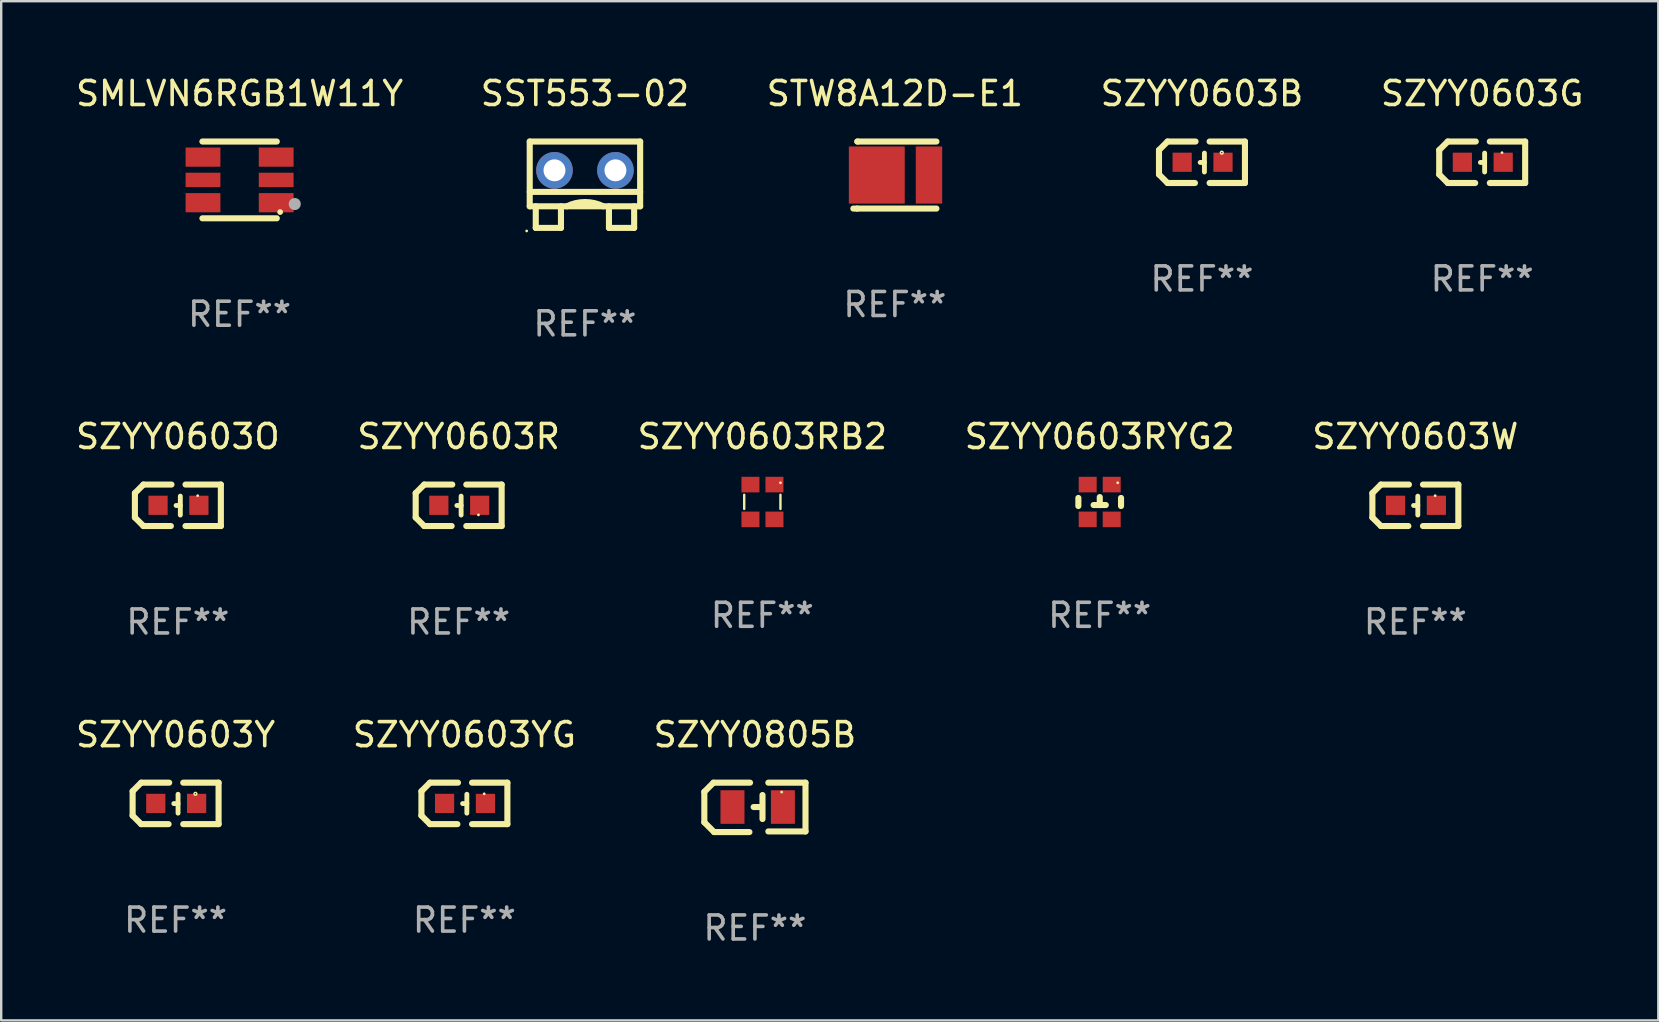
<source format=kicad_pcb>
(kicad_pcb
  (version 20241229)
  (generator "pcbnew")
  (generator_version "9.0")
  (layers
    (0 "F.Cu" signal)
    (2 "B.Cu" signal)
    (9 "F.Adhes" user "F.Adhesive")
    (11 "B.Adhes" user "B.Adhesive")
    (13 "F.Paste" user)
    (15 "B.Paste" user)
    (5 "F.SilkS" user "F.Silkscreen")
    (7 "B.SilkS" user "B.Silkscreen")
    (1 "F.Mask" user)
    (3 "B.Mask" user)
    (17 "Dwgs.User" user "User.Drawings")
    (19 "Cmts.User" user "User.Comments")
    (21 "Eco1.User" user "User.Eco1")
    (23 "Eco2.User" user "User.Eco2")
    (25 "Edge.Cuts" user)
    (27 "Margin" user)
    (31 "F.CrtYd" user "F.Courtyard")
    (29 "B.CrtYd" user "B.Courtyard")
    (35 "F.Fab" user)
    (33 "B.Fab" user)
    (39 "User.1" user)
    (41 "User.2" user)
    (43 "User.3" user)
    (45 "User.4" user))
  (footprint "SZYY0603RYG2"
    (layer "F.Cu")
    (at 42.78 17.87)
    (property "Reference" "SZYY0603RYG2" (at 0 -2.725 0) (layer "F.SilkS") (effects (font (size 1 1) (thickness 0.15))))
    (attr through_hole)
    (fp_line (start -0.889 -0.169) (end -0.889 0.169) (stroke (width 0.254) (type solid)) (layer "F.SilkS"))
    (fp_line (start -0.254 0.127) (end 0.254 0.127) (stroke (width 0.254) (type solid)) (layer "F.SilkS"))
    (fp_line (start 0.003 0.127) (end 0.003 -0.204) (stroke (width 0.254) (type solid)) (layer "F.SilkS"))
    (fp_line (start 0.889 -0.169) (end 0.889 0.169) (stroke (width 0.254) (type solid)) (layer "F.SilkS"))
    (fp_circle (center 0.75 -0.8) (end 0.78 -0.8) (stroke (width 0.06) (type solid)) (fill no) (layer "F.SilkS"))
    (fp_text user "REF**" (at 0 4.725 0) (layer "F.Fab") (effects (font (size 1 1) (thickness 0.15))))
    (pad "1" smd rect (at 0.5 -0.725) (size 0.75 0.65) (layers "F.Cu" "F.Mask" "F.Paste"))
    (pad "2" smd rect (at 0.5 0.725) (size 0.75 0.65) (layers "F.Cu" "F.Mask" "F.Paste"))
    (pad "3" smd rect (at -0.5 0.725) (size 0.75 0.65) (layers "F.Cu" "F.Mask" "F.Paste"))
    (pad "4" smd rect (at -0.5 -0.725) (size 0.75 0.65) (layers "F.Cu" "F.Mask" "F.Paste")))
  (footprint "SMLVN6RGB1W11Y"
    (layer "F.Cu")
    (at 6.935 4.448)
    (property "Reference" "SMLVN6RGB1W11Y" (at 0 -3.6 0) (layer "F.SilkS") (effects (font (size 1 1) (thickness 0.15))))
    (attr through_hole)
    (fp_line (start -1.55 -1.6) (end 1.55 -1.6) (stroke (width 0.254) (type solid)) (layer "F.SilkS"))
    (fp_line (start -1.55 1.6) (end 1.55 1.6) (stroke (width 0.254) (type solid)) (layer "F.SilkS"))
    (fp_circle (center 1.69 1.34) (end 1.75 1.34) (stroke (width 0.12) (type solid)) (fill no) (layer "F.SilkS"))
    (fp_circle (center 2.299 1.005) (end 2.426 1.005) (stroke (width 0.254) (type solid)) (fill no) (layer "F.Fab"))
    (fp_text user "REF**" (at 0 5.6 0) (layer "F.Fab") (effects (font (size 1 1) (thickness 0.15))))
    (pad "1" smd rect (at 1.525 0.95 90) (size 0.8 1.45) (layers "F.Cu" "F.Mask" "F.Paste"))
    (pad "2" smd rect (at 1.525 0 90) (size 0.6 1.45) (layers "F.Cu" "F.Mask" "F.Paste"))
    (pad "3" smd rect (at 1.525 -0.95 90) (size 0.8 1.45) (layers "F.Cu" "F.Mask" "F.Paste"))
    (pad "4" smd rect (at -1.525 -0.95 90) (size 0.8 1.45) (layers "F.Cu" "F.Mask" "F.Paste"))
    (pad "5" smd rect (at -1.525 0 90) (size 0.6 1.45) (layers "F.Cu" "F.Mask" "F.Paste"))
    (pad "6" smd rect (at -1.525 0.95 90) (size 0.8 1.45) (layers "F.Cu" "F.Mask" "F.Paste")))
  (footprint "SZYY0603Y"
    (layer "F.Cu")
    (at 4.268 30.432)
    (property "Reference" "SZYY0603Y" (at 0 -2.864 0) (layer "F.SilkS") (effects (font (size 1 1) (thickness 0.15))))
    (attr through_hole)
    (fp_line (start -1.791 -0.508) (end -1.435 -0.864) (stroke (width 0.254) (type solid)) (layer "F.SilkS"))
    (fp_line (start -1.791 0.508) (end -1.791 -0.508) (stroke (width 0.254) (type solid)) (layer "F.SilkS"))
    (fp_line (start -1.435 0.864) (end -1.791 0.508) (stroke (width 0.254) (type solid)) (layer "F.SilkS"))
    (fp_line (start -0.292 0.864) (end -1.435 0.864) (stroke (width 0.254) (type solid)) (layer "F.SilkS"))
    (fp_line (start -0.267 -0.864) (end -1.435 -0.864) (stroke (width 0.254) (type solid)) (layer "F.SilkS"))
    (fp_line (start 0.102 0.008) (end -0.074 0.008) (stroke (width 0.203) (type solid)) (layer "F.SilkS"))
    (fp_line (start 0.102 0.406) (end 0.102 -0.381) (stroke (width 0.203) (type solid)) (layer "F.SilkS"))
    (fp_line (start 1.791 -0.864) (end 0.318 -0.864) (stroke (width 0.254) (type solid)) (layer "F.SilkS"))
    (fp_line (start 1.791 0.864) (end 0.318 0.864) (stroke (width 0.254) (type solid)) (layer "F.SilkS"))
    (fp_line (start 1.791 0.864) (end 1.791 -0.864) (stroke (width 0.254) (type solid)) (layer "F.SilkS"))
    (fp_circle (center 0.826 -0.4) (end 0.855 -0.4) (stroke (width 0.06) (type solid)) (fill no) (layer "F.SilkS"))
    (fp_text user "REF**" (at 0 4.864 0) (layer "F.Fab") (effects (font (size 1 1) (thickness 0.15))))
    (pad "1" smd rect (at 0.876 0.000127 90) (size 0.8 0.8) (layers "F.Cu" "F.Mask" "F.Paste"))
    (pad "2" smd rect (at -0.826 0.000127 90) (size 0.8 0.8) (layers "F.Cu" "F.Mask" "F.Paste")))
  (footprint "SZYY0603O"
    (layer "F.Cu")
    (at 4.363 18.008)
    (property "Reference" "SZYY0603O" (at 0 -2.864 0) (layer "F.SilkS") (effects (font (size 1 1) (thickness 0.15))))
    (attr through_hole)
    (fp_line (start -1.791 -0.508) (end -1.435 -0.864) (stroke (width 0.254) (type solid)) (layer "F.SilkS"))
    (fp_line (start -1.791 0.508) (end -1.791 -0.508) (stroke (width 0.254) (type solid)) (layer "F.SilkS"))
    (fp_line (start -1.435 0.864) (end -1.791 0.508) (stroke (width 0.254) (type solid)) (layer "F.SilkS"))
    (fp_line (start -0.292 0.864) (end -1.435 0.864) (stroke (width 0.254) (type solid)) (layer "F.SilkS"))
    (fp_line (start -0.267 -0.864) (end -1.435 -0.864) (stroke (width 0.254) (type solid)) (layer "F.SilkS"))
    (fp_line (start 0.102 0.008) (end -0.074 0.008) (stroke (width 0.203) (type solid)) (layer "F.SilkS"))
    (fp_line (start 0.102 0.406) (end 0.102 -0.381) (stroke (width 0.203) (type solid)) (layer "F.SilkS"))
    (fp_line (start 1.791 -0.864) (end 0.318 -0.864) (stroke (width 0.254) (type solid)) (layer "F.SilkS"))
    (fp_line (start 1.791 0.864) (end 0.318 0.864) (stroke (width 0.254) (type solid)) (layer "F.SilkS"))
    (fp_line (start 1.791 0.864) (end 1.791 -0.864) (stroke (width 0.254) (type solid)) (layer "F.SilkS"))
    (fp_circle (center 0.825 -0.4) (end 0.855 -0.4) (stroke (width 0.06) (type solid)) (fill no) (layer "F.SilkS"))
    (fp_text user "REF**" (at 0 4.864 0) (layer "F.Fab") (effects (font (size 1 1) (thickness 0.15))))
    (pad "1" smd rect (at 0.876 0 90) (size 0.8 0.8) (layers "F.Cu" "F.Mask" "F.Paste"))
    (pad "2" smd rect (at -0.826 0 90) (size 0.8 0.8) (layers "F.Cu" "F.Mask" "F.Paste")))
  (footprint "SZYY0603B"
    (layer "F.Cu")
    (at 47.042 3.712)
    (property "Reference" "SZYY0603B" (at 0 -2.864 0) (layer "F.SilkS") (effects (font (size 1 1) (thickness 0.15))))
    (attr through_hole)
    (fp_line (start -1.791 -0.508) (end -1.435 -0.864) (stroke (width 0.254) (type solid)) (layer "F.SilkS"))
    (fp_line (start -1.791 0.508) (end -1.791 -0.508) (stroke (width 0.254) (type solid)) (layer "F.SilkS"))
    (fp_line (start -1.435 0.864) (end -1.791 0.508) (stroke (width 0.254) (type solid)) (layer "F.SilkS"))
    (fp_line (start -0.292 0.864) (end -1.435 0.864) (stroke (width 0.254) (type solid)) (layer "F.SilkS"))
    (fp_line (start -0.267 -0.864) (end -1.435 -0.864) (stroke (width 0.254) (type solid)) (layer "F.SilkS"))
    (fp_line (start 0.102 0.008) (end -0.074 0.008) (stroke (width 0.203) (type solid)) (layer "F.SilkS"))
    (fp_line (start 0.102 0.406) (end 0.102 -0.381) (stroke (width 0.203) (type solid)) (layer "F.SilkS"))
    (fp_line (start 1.791 -0.864) (end 0.318 -0.864) (stroke (width 0.254) (type solid)) (layer "F.SilkS"))
    (fp_line (start 1.791 0.864) (end 0.318 0.864) (stroke (width 0.254) (type solid)) (layer "F.SilkS"))
    (fp_line (start 1.791 0.864) (end 1.791 -0.864) (stroke (width 0.254) (type solid)) (layer "F.SilkS"))
    (fp_circle (center 0.826 -0.4) (end 0.855 -0.4) (stroke (width 0.06) (type solid)) (fill no) (layer "F.SilkS"))
    (fp_text user "REF**" (at 0 4.864 0) (layer "F.Fab") (effects (font (size 1 1) (thickness 0.15))))
    (pad "1" smd rect (at 0.876 0 90) (size 0.8 0.8) (layers "F.Cu" "F.Mask" "F.Paste"))
    (pad "2" smd rect (at -0.826 0 90) (size 0.8 0.8) (layers "F.Cu" "F.Mask" "F.Paste")))
  (footprint "SZYY0603R"
    (layer "F.Cu")
    (at 16.065 18.008)
    (property "Reference" "SZYY0603R" (at 0 -2.864 0) (layer "F.SilkS") (effects (font (size 1 1) (thickness 0.15))))
    (attr through_hole)
    (fp_line (start -1.791 -0.508) (end -1.435 -0.864) (stroke (width 0.254) (type solid)) (layer "F.SilkS"))
    (fp_line (start -1.791 0.508) (end -1.791 -0.508) (stroke (width 0.254) (type solid)) (layer "F.SilkS"))
    (fp_line (start -1.435 0.864) (end -1.791 0.508) (stroke (width 0.254) (type solid)) (layer "F.SilkS"))
    (fp_line (start -0.292 0.864) (end -1.435 0.864) (stroke (width 0.254) (type solid)) (layer "F.SilkS"))
    (fp_line (start -0.267 -0.864) (end -1.435 -0.864) (stroke (width 0.254) (type solid)) (layer "F.SilkS"))
    (fp_line (start 0.102 0.008) (end -0.074 0.008) (stroke (width 0.203) (type solid)) (layer "F.SilkS"))
    (fp_line (start 0.102 0.406) (end 0.102 -0.381) (stroke (width 0.203) (type solid)) (layer "F.SilkS"))
    (fp_line (start 1.791 -0.864) (end 0.318 -0.864) (stroke (width 0.254) (type solid)) (layer "F.SilkS"))
    (fp_line (start 1.791 0.864) (end 0.318 0.864) (stroke (width 0.254) (type solid)) (layer "F.SilkS"))
    (fp_line (start 1.791 0.864) (end 1.791 -0.864) (stroke (width 0.254) (type solid)) (layer "F.SilkS"))
    (fp_circle (center 0.825 0.4) (end 0.855 0.4) (stroke (width 0.06) (type solid)) (fill no) (layer "F.SilkS"))
    (fp_text user "REF**" (at 0 4.864 0) (layer "F.Fab") (effects (font (size 1 1) (thickness 0.15))))
    (pad "1" smd rect (at 0.876 0 90) (size 0.8 0.8) (layers "F.Cu" "F.Mask" "F.Paste"))
    (pad "2" smd rect (at -0.826 0 90) (size 0.8 0.8) (layers "F.Cu" "F.Mask" "F.Paste")))
  (footprint "SZYY0603G"
    (layer "F.Cu")
    (at 58.72 3.712)
    (property "Reference" "SZYY0603G" (at 0 -2.864 0) (layer "F.SilkS") (effects (font (size 1 1) (thickness 0.15))))
    (attr through_hole)
    (fp_line (start -1.791 -0.508) (end -1.435 -0.864) (stroke (width 0.254) (type solid)) (layer "F.SilkS"))
    (fp_line (start -1.791 0.508) (end -1.791 -0.508) (stroke (width 0.254) (type solid)) (layer "F.SilkS"))
    (fp_line (start -1.435 0.864) (end -1.791 0.508) (stroke (width 0.254) (type solid)) (layer "F.SilkS"))
    (fp_line (start -0.292 0.864) (end -1.435 0.864) (stroke (width 0.254) (type solid)) (layer "F.SilkS"))
    (fp_line (start -0.267 -0.864) (end -1.435 -0.864) (stroke (width 0.254) (type solid)) (layer "F.SilkS"))
    (fp_line (start 0.102 0.008) (end -0.074 0.008) (stroke (width 0.203) (type solid)) (layer "F.SilkS"))
    (fp_line (start 0.102 0.406) (end 0.102 -0.381) (stroke (width 0.203) (type solid)) (layer "F.SilkS"))
    (fp_line (start 1.791 -0.864) (end 0.318 -0.864) (stroke (width 0.254) (type solid)) (layer "F.SilkS"))
    (fp_line (start 1.791 0.864) (end 0.318 0.864) (stroke (width 0.254) (type solid)) (layer "F.SilkS"))
    (fp_line (start 1.791 0.864) (end 1.791 -0.864) (stroke (width 0.254) (type solid)) (layer "F.SilkS"))
    (fp_circle (center 0.825 -0.4) (end 0.855 -0.4) (stroke (width 0.06) (type solid)) (fill no) (layer "F.SilkS"))
    (fp_text user "REF**" (at 0 4.864 0) (layer "F.Fab") (effects (font (size 1 1) (thickness 0.15))))
    (pad "1" smd rect (at 0.876 0 90) (size 0.8 0.8) (layers "F.Cu" "F.Mask" "F.Paste"))
    (pad "2" smd rect (at -0.826 0 90) (size 0.8 0.8) (layers "F.Cu" "F.Mask" "F.Paste")))
  (footprint "SZYY0603W"
    (layer "F.Cu")
    (at 55.935 18.008)
    (property "Reference" "SZYY0603W" (at 0 -2.864 0) (layer "F.SilkS") (effects (font (size 1 1) (thickness 0.15))))
    (attr through_hole)
    (fp_line (start -1.791 -0.508) (end -1.435 -0.864) (stroke (width 0.254) (type solid)) (layer "F.SilkS"))
    (fp_line (start -1.791 0.508) (end -1.791 -0.508) (stroke (width 0.254) (type solid)) (layer "F.SilkS"))
    (fp_line (start -1.435 0.864) (end -1.791 0.508) (stroke (width 0.254) (type solid)) (layer "F.SilkS"))
    (fp_line (start -0.292 0.864) (end -1.435 0.864) (stroke (width 0.254) (type solid)) (layer "F.SilkS"))
    (fp_line (start -0.267 -0.864) (end -1.435 -0.864) (stroke (width 0.254) (type solid)) (layer "F.SilkS"))
    (fp_line (start 0.102 0.008) (end -0.074 0.008) (stroke (width 0.203) (type solid)) (layer "F.SilkS"))
    (fp_line (start 0.102 0.406) (end 0.102 -0.381) (stroke (width 0.203) (type solid)) (layer "F.SilkS"))
    (fp_line (start 1.791 -0.864) (end 0.318 -0.864) (stroke (width 0.254) (type solid)) (layer "F.SilkS"))
    (fp_line (start 1.791 0.864) (end 0.318 0.864) (stroke (width 0.254) (type solid)) (layer "F.SilkS"))
    (fp_line (start 1.791 0.864) (end 1.791 -0.864) (stroke (width 0.254) (type solid)) (layer "F.SilkS"))
    (fp_circle (center 0.825 -0.4) (end 0.855 -0.4) (stroke (width 0.06) (type solid)) (fill no) (layer "F.SilkS"))
    (fp_text user "REF**" (at 0 4.864 0) (layer "F.Fab") (effects (font (size 1 1) (thickness 0.15))))
    (pad "1" smd rect (at 0.876 0 90) (size 0.8 0.8) (layers "F.Cu" "F.Mask" "F.Paste"))
    (pad "2" smd rect (at -0.826 0 90) (size 0.8 0.8) (layers "F.Cu" "F.Mask" "F.Paste")))
  (footprint "SST553-02"
    (layer "F.Cu")
    (at 21.327 4.648)
    (property "Reference" "SST553-02" (at 0 -3.8 0) (layer "F.SilkS") (effects (font (size 1 1) (thickness 0.15))))
    (attr through_hole)
    (fp_line (start -2.301 -1.799) (end -2.301 0.901) (stroke (width 0.254) (type solid)) (layer "F.SilkS"))
    (fp_line (start -2.299 -1.8) (end 2.301 -1.8) (stroke (width 0.254) (type solid)) (layer "F.SilkS"))
    (fp_line (start -2.299 0.3) (end 2.301 0.3) (stroke (width 0.254) (type solid)) (layer "F.SilkS"))
    (fp_line (start -2.299 0.9) (end 2.301 0.9) (stroke (width 0.254) (type solid)) (layer "F.SilkS"))
    (fp_line (start -2.049 1.8) (end -2.049 0.9) (stroke (width 0.254) (type solid)) (layer "F.SilkS"))
    (fp_line (start -2.049 1.8) (end -0.999 1.8) (stroke (width 0.254) (type solid)) (layer "F.SilkS"))
    (fp_line (start -0.999 1.8) (end -0.999 0.9) (stroke (width 0.254) (type solid)) (layer "F.SilkS"))
    (fp_line (start 1.001 1.8) (end 1.001 0.9) (stroke (width 0.254) (type solid)) (layer "F.SilkS"))
    (fp_line (start 1.001 1.8) (end 2.051 1.8) (stroke (width 0.254) (type solid)) (layer "F.SilkS"))
    (fp_line (start 2.051 1.8) (end 2.051 0.9) (stroke (width 0.254) (type solid)) (layer "F.SilkS"))
    (fp_line (start 2.301 -1.8) (end 2.301 0.9) (stroke (width 0.254) (type solid)) (layer "F.SilkS"))
    (fp_arc (start -0.756312 0.901143) (mid 0.00569 0.721259) (end 0.767691 0.901143) (stroke (width 0.254001) (type solid)) (layer "F.SilkS"))
    (fp_circle (center -2.428 1.927) (end -2.398 1.927) (stroke (width 0.06) (type solid)) (fill no) (layer "F.SilkS"))
    (fp_text user "REF**" (at 0 5.8 0) (layer "F.Fab") (effects (font (size 1 1) (thickness 0.15))))
    (pad "1" thru_hole circle (at -1.269 -0.6) (size 1.524 1.524) (drill 0.914) (layers "*.Cu" "*.Mask"))
    (pad "2" thru_hole circle (at 1.271 -0.6) (size 1.524 1.524) (drill 0.914) (layers "*.Cu" "*.Mask")))
  (footprint "SZYY0603RB2"
    (layer "F.Cu")
    (at 28.72 17.87)
    (property "Reference" "SZYY0603RB2" (at 0 -2.725 0) (layer "F.SilkS") (effects (font (size 1 1) (thickness 0.15))))
    (attr through_hole)
    (fp_line (start -0.755 -0.3) (end -0.755 0.29) (stroke (width 0.1) (type solid)) (layer "F.SilkS"))
    (fp_line (start 0.755 -0.3) (end 0.755 0.29) (stroke (width 0.1) (type solid)) (layer "F.SilkS"))
    (fp_circle (center 0.755 -0.8) (end 0.785 -0.8) (stroke (width 0.06) (type solid)) (fill no) (layer "F.SilkS"))
    (fp_text user "REF**" (at 0 4.725 0) (layer "F.Fab") (effects (font (size 1 1) (thickness 0.15))))
    (pad "1" smd rect (at 0.505 -0.725 90) (size 0.65 0.75) (layers "F.Cu" "F.Mask" "F.Paste"))
    (pad "2" smd rect (at 0.505 0.725 90) (size 0.65 0.75) (layers "F.Cu" "F.Mask" "F.Paste"))
    (pad "3" smd rect (at -0.495 0.725 90) (size 0.65 0.75) (layers "F.Cu" "F.Mask" "F.Paste"))
    (pad "4" smd rect (at -0.495 -0.725 90) (size 0.65 0.75) (layers "F.Cu" "F.Mask" "F.Paste")))
  (footprint "SZYY0805B"
    (layer "F.Cu")
    (at 28.411 30.597)
    (property "Reference" "SZYY0805B" (at 0 -3.029 0) (layer "F.SilkS") (effects (font (size 1 1) (thickness 0.15))))
    (attr through_hole)
    (fp_line (start -2.108 -0.648) (end -1.727 -1.029) (stroke (width 0.254) (type solid)) (layer "F.SilkS"))
    (fp_line (start -2.108 0.622) (end -2.108 -0.648) (stroke (width 0.254) (type solid)) (layer "F.SilkS"))
    (fp_line (start -1.727 -1.029) (end -0.203 -1.029) (stroke (width 0.254) (type solid)) (layer "F.SilkS"))
    (fp_line (start -1.702 1.029) (end -2.108 0.622) (stroke (width 0.254) (type solid)) (layer "F.SilkS"))
    (fp_line (start -0.229 1.029) (end -1.702 1.029) (stroke (width 0.254) (type solid)) (layer "F.SilkS"))
    (fp_line (start 0.216 -0.014) (end -0.053 -0.014) (stroke (width 0.254) (type solid)) (layer "F.SilkS"))
    (fp_line (start 0.316 -0.514) (end 0.316 0.486) (stroke (width 0.254) (type solid)) (layer "F.SilkS"))
    (fp_line (start 0.559 1.003) (end 2.108 1.003) (stroke (width 0.254) (type solid)) (layer "F.SilkS"))
    (fp_line (start 2.108 -1.029) (end 0.559 -1.029) (stroke (width 0.254) (type solid)) (layer "F.SilkS"))
    (fp_line (start 2.108 1.003) (end 2.108 -1.029) (stroke (width 0.254) (type solid)) (layer "F.SilkS"))
    (fp_circle (center 1.116 -0.639) (end 1.146 -0.639) (stroke (width 0.06) (type solid)) (fill no) (layer "F.SilkS"))
    (fp_text user "REF**" (at 0 5.029 0) (layer "F.Fab") (effects (font (size 1 1) (thickness 0.15))))
    (pad "1" smd rect (at 1.166 -0.014 180) (size 1 1.4) (layers "F.Cu" "F.Mask" "F.Paste"))
    (pad "2" smd rect (at -0.935 -0.014 180) (size 1 1.4) (layers "F.Cu" "F.Mask" "F.Paste")))
  (footprint "SZYY0603YG"
    (layer "F.Cu")
    (at 16.304 30.432)
    (property "Reference" "SZYY0603YG" (at 0 -2.864 0) (layer "F.SilkS") (effects (font (size 1 1) (thickness 0.15))))
    (attr through_hole)
    (fp_line (start -1.791 -0.508) (end -1.435 -0.864) (stroke (width 0.254) (type solid)) (layer "F.SilkS"))
    (fp_line (start -1.791 0.508) (end -1.791 -0.508) (stroke (width 0.254) (type solid)) (layer "F.SilkS"))
    (fp_line (start -1.435 0.864) (end -1.791 0.508) (stroke (width 0.254) (type solid)) (layer "F.SilkS"))
    (fp_line (start -0.292 0.864) (end -1.435 0.864) (stroke (width 0.254) (type solid)) (layer "F.SilkS"))
    (fp_line (start -0.267 -0.864) (end -1.435 -0.864) (stroke (width 0.254) (type solid)) (layer "F.SilkS"))
    (fp_line (start 0.102 0.008) (end -0.074 0.008) (stroke (width 0.203) (type solid)) (layer "F.SilkS"))
    (fp_line (start 0.102 0.406) (end 0.102 -0.381) (stroke (width 0.203) (type solid)) (layer "F.SilkS"))
    (fp_line (start 1.791 -0.864) (end 0.318 -0.864) (stroke (width 0.254) (type solid)) (layer "F.SilkS"))
    (fp_line (start 1.791 0.864) (end 0.318 0.864) (stroke (width 0.254) (type solid)) (layer "F.SilkS"))
    (fp_line (start 1.791 0.864) (end 1.791 -0.864) (stroke (width 0.254) (type solid)) (layer "F.SilkS"))
    (fp_circle (center 0.825 -0.4) (end 0.855 -0.4) (stroke (width 0.06) (type solid)) (fill no) (layer "F.SilkS"))
    (fp_text user "REF**" (at 0 4.864 0) (layer "F.Fab") (effects (font (size 1 1) (thickness 0.15))))
    (pad "1" smd rect (at 0.876 0 90) (size 0.8 0.8) (layers "F.Cu" "F.Mask" "F.Paste"))
    (pad "2" smd rect (at -0.826 0 90) (size 0.8 0.8) (layers "F.Cu" "F.Mask" "F.Paste")))
  (footprint "STW8A12D-E1"
    (layer "F.Cu")
    (at 34.244 4.245)
    (property "Reference" "STW8A12D-E1" (at 0 -3.397 0) (layer "F.SilkS") (effects (font (size 1 1) (thickness 0.15))))
    (attr through_hole)
    (fp_line (start -1.571 -1.397) (end -1.551 -1.397) (stroke (width 0.254) (type solid)) (layer "F.SilkS"))
    (fp_line (start -1.571 1.397) (end -1.731 1.397) (stroke (width 0.254) (type solid)) (layer "F.SilkS"))
    (fp_line (start -1.551 -1.397) (end 1.731 -1.397) (stroke (width 0.254) (type solid)) (layer "F.SilkS"))
    (fp_line (start 1.731 1.397) (end -1.571 1.397) (stroke (width 0.254) (type solid)) (layer "F.SilkS"))
    (fp_circle (center -1.668 1.4) (end -1.638 1.4) (stroke (width 0.06) (type solid)) (fill no) (layer "F.SilkS"))
    (fp_text user "REF**" (at 0 5.397 0) (layer "F.Fab") (effects (font (size 1 1) (thickness 0.15))))
    (pad "1" smd rect (at -0.754 0 180) (size 2.33 2.38) (layers "F.Cu" "F.Mask" "F.Paste"))
    (pad "2" smd rect (at 1.421 0 180) (size 1.1 2.38) (layers "F.Cu" "F.Mask" "F.Paste")))
  (gr_rect
    (start -3 -3)
    (end 66.06 39.474)
    (stroke (width 0.1) (type default))
    (fill no)
    (layer "Edge.Cuts")))
</source>
